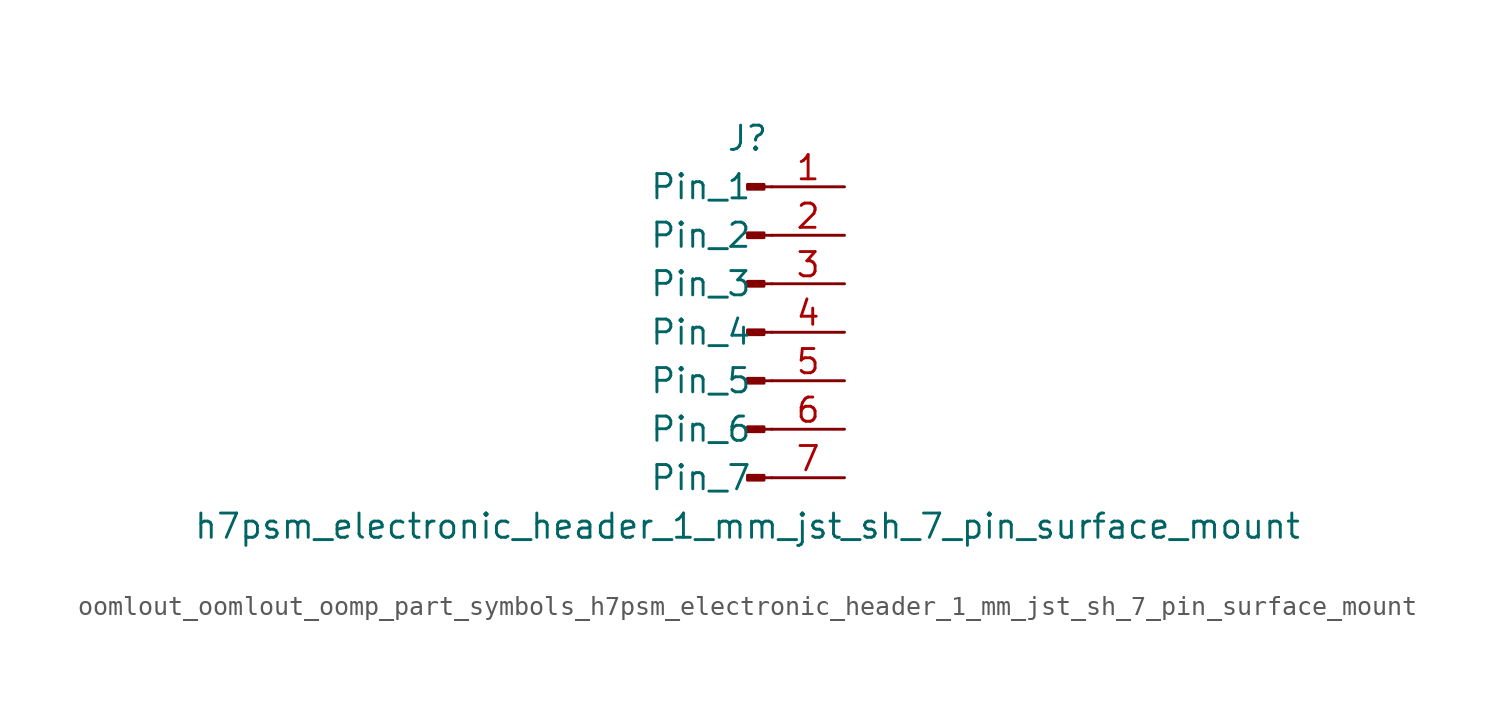
<source format=kicad_sym>
(kicad_symbol_lib
  (version 20220914)
  (generator kicad_symbol_editor)
  (symbol "oomlout_oomlout_oomp_part_symbols_h7psm_electronic_header_1_mm_jst_sh_7_pin_surface_mount"
    (pin_names
      (offset 1.016))
    (property "Reference" "J"
      (at 0 10.16 0)
      (effects (font (size 1.27 1.27))))
    (property "Value" "h7psm_electronic_header_1_mm_jst_sh_7_pin_surface_mount"
      (at 0 -10.16 0)
      (effects (font (size 1.27 1.27))))
    (property "ki_locked" ""
      (at 0 0 0)
      (effects (font (size 1.27 1.27))))
    (symbol "oomlout_oomlout_oomp_part_symbols_h7psm_electronic_header_1_mm_jst_sh_7_pin_surface_mount_1_1"
      (polyline (pts (xy 1.27 -7.62) (xy 0.864 -7.62)) (stroke (width 0.152) (type default)) (fill (type none)))
      (polyline (pts (xy 1.27 -5.08) (xy 0.864 -5.08)) (stroke (width 0.152) (type default)) (fill (type none)))
      (polyline (pts (xy 1.27 -2.54) (xy 0.864 -2.54)) (stroke (width 0.152) (type default)) (fill (type none)))
      (polyline (pts (xy 1.27 0) (xy 0.864 0)) (stroke (width 0.152) (type default)) (fill (type none)))
      (polyline (pts (xy 1.27 2.54) (xy 0.864 2.54)) (stroke (width 0.152) (type default)) (fill (type none)))
      (polyline (pts (xy 1.27 5.08) (xy 0.864 5.08)) (stroke (width 0.152) (type default)) (fill (type none)))
      (polyline (pts (xy 1.27 7.62) (xy 0.864 7.62)) (stroke (width 0.152) (type default)) (fill (type none)))
      (rectangle (start 0.864 -7.493) (end 0 -7.747) (stroke (width 0.152) (type default)) (fill (type outline)))
      (rectangle (start 0.864 -4.953) (end 0 -5.207) (stroke (width 0.152) (type default)) (fill (type outline)))
      (rectangle (start 0.864 -2.413) (end 0 -2.667) (stroke (width 0.152) (type default)) (fill (type outline)))
      (rectangle (start 0.864 0.127) (end 0 -0.127) (stroke (width 0.152) (type default)) (fill (type outline)))
      (rectangle (start 0.864 2.667) (end 0 2.413) (stroke (width 0.152) (type default)) (fill (type outline)))
      (rectangle (start 0.864 5.207) (end 0 4.953) (stroke (width 0.152) (type default)) (fill (type outline)))
      (rectangle (start 0.864 7.747) (end 0 7.493) (stroke (width 0.152) (type default)) (fill (type outline)))
      (pin passive line (at 5.08 7.62 180) (length 3.81) (name "Pin_1" (effects (font (size 1.27 1.27)))) (number "1" (effects (font (size 1.27 1.27)))))
      (pin passive line (at 5.08 5.08 180) (length 3.81) (name "Pin_2" (effects (font (size 1.27 1.27)))) (number "2" (effects (font (size 1.27 1.27)))))
      (pin passive line (at 5.08 2.54 180) (length 3.81) (name "Pin_3" (effects (font (size 1.27 1.27)))) (number "3" (effects (font (size 1.27 1.27)))))
      (pin passive line (at 5.08 0 180) (length 3.81) (name "Pin_4" (effects (font (size 1.27 1.27)))) (number "4" (effects (font (size 1.27 1.27)))))
      (pin passive line (at 5.08 -2.54 180) (length 3.81) (name "Pin_5" (effects (font (size 1.27 1.27)))) (number "5" (effects (font (size 1.27 1.27)))))
      (pin passive line (at 5.08 -5.08 180) (length 3.81) (name "Pin_6" (effects (font (size 1.27 1.27)))) (number "6" (effects (font (size 1.27 1.27)))))
      (pin passive line (at 5.08 -7.62 180) (length 3.81) (name "Pin_7" (effects (font (size 1.27 1.27)))) (number "7" (effects (font (size 1.27 1.27))))))))
</source>
